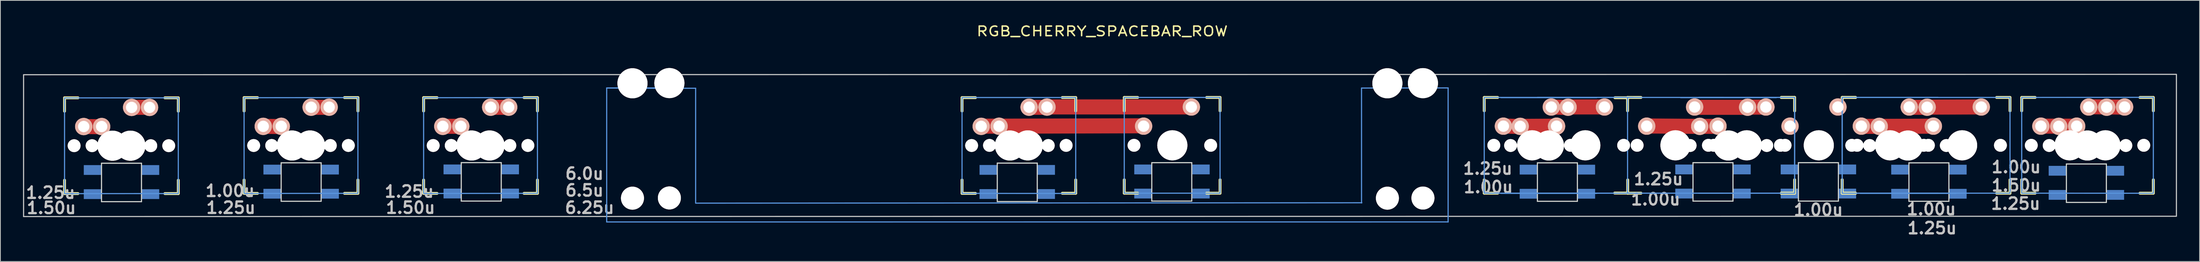
<source format=kicad_pcb>
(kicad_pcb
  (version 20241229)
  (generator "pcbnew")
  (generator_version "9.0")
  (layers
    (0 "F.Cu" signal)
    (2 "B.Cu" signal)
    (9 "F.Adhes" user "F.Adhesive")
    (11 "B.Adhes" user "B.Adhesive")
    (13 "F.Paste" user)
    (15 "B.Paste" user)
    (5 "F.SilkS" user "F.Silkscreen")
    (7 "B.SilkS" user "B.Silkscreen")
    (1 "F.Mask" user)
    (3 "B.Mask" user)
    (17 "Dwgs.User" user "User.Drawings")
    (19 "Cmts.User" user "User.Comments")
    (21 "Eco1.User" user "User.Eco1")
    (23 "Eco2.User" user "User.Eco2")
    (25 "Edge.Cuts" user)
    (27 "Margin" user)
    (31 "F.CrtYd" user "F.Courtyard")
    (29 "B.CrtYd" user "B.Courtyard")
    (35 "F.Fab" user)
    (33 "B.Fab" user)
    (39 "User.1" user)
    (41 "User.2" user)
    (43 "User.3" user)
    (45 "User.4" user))
  (footprint "RGB_CHERRY_SPACEBAR_ROW"
    (layer "F.Cu")
    (at 142.402 16.135)
    (property "Reference" "RGB_CHERRY_SPACEBAR_ROW" (at 0.655 -15.035 0) (layer "F.SilkS") (effects (font (size 1.27 1.524) (thickness 0.203))))
    (attr through_hole)
    (fp_line (start -134.375 -2.4) (end -131.975 -2.375) (stroke (width 2) (type solid)) (layer "F.Cu"))
    (fp_line (start -128.025 -4.95) (end -125.6 -4.95) (stroke (width 2) (type solid)) (layer "F.Cu"))
    (fp_line (start -110.55 -2.425) (end -108.175 -2.4) (stroke (width 2) (type solid)) (layer "F.Cu"))
    (fp_line (start -104.25 -4.95) (end -101.825 -4.95) (stroke (width 2) (type solid)) (layer "F.Cu"))
    (fp_line (start -86.79 -2.43) (end -84.365 -2.43) (stroke (width 2) (type solid)) (layer "F.Cu"))
    (fp_line (start -80.4 -4.95) (end -77.975 -4.95) (stroke (width 2) (type solid)) (layer "F.Cu"))
    (fp_line (start -15.375 -2.45) (end -12.95 -2.45) (stroke (width 2) (type solid)) (layer "F.Cu"))
    (fp_line (start -12.975 -2.45) (end 6.175 -2.5) (stroke (width 2) (type solid)) (layer "F.Cu"))
    (fp_line (start -9.05 -4.95) (end -6.625 -4.95) (stroke (width 2) (type solid)) (layer "F.Cu"))
    (fp_line (start -6.675 -5) (end 12.5 -5) (stroke (width 2) (type solid)) (layer "F.Cu"))
    (fp_line (start 53.85 -2.475) (end 56.075 -2.4) (stroke (width 2) (type solid)) (layer "F.Cu"))
    (fp_line (start 56.075 -2.425) (end 60.875 -2.45) (stroke (width 2) (type solid)) (layer "F.Cu"))
    (fp_line (start 60.175 -5) (end 62.4 -4.925) (stroke (width 2) (type solid)) (layer "F.Cu"))
    (fp_line (start 62.425 -5) (end 67.225 -5) (stroke (width 2) (type solid)) (layer "F.Cu"))
    (fp_line (start 72.775 -2.475) (end 79.875 -2.425) (stroke (width 2) (type solid)) (layer "F.Cu"))
    (fp_line (start 79.175 -4.95) (end 86.2 -4.95) (stroke (width 2) (type solid)) (layer "F.Cu"))
    (fp_line (start 79.87 -2.425) (end 82.3 -2.425) (stroke (width 2) (type solid)) (layer "F.Cu"))
    (fp_line (start 86.195 -4.975) (end 88.625 -4.975) (stroke (width 2) (type solid)) (layer "F.Cu"))
    (fp_line (start 101.275 -2.425) (end 103.705 -2.425) (stroke (width 2) (type solid)) (layer "F.Cu"))
    (fp_line (start 103.675 -2.425) (end 110.85 -2.45) (stroke (width 2) (type solid)) (layer "F.Cu"))
    (fp_line (start 107.62 -4.95) (end 110.05 -4.95) (stroke (width 2) (type solid)) (layer "F.Cu"))
    (fp_line (start 110 -4.975) (end 117.175 -5) (stroke (width 2) (type solid)) (layer "F.Cu"))
    (fp_line (start 125.075 -2.45) (end 129.875 -2.45) (stroke (width 2) (type solid)) (layer "F.Cu"))
    (fp_line (start 131.45 -5.025) (end 136.225 -4.975) (stroke (width 2) (type solid)) (layer "F.Cu"))
    (fp_line (start -136.895 -6.21) (end -135.117 -6.21) (stroke (width 0.381) (type solid)) (layer "F.SilkS"))
    (fp_line (start -136.895 -4.432) (end -136.895 -6.21) (stroke (width 0.381) (type solid)) (layer "F.SilkS"))
    (fp_line (start -136.895 6.49) (end -136.895 4.712) (stroke (width 0.381) (type solid)) (layer "F.SilkS"))
    (fp_line (start -135.117 6.49) (end -136.895 6.49) (stroke (width 0.381) (type solid)) (layer "F.SilkS"))
    (fp_line (start -123.593 -6.21) (end -121.815 -6.21) (stroke (width 0.381) (type solid)) (layer "F.SilkS"))
    (fp_line (start -121.815 -6.21) (end -121.815 -4.432) (stroke (width 0.381) (type solid)) (layer "F.SilkS"))
    (fp_line (start -121.815 4.712) (end -121.815 6.49) (stroke (width 0.381) (type solid)) (layer "F.SilkS"))
    (fp_line (start -121.815 6.49) (end -123.593 6.49) (stroke (width 0.381) (type solid)) (layer "F.SilkS"))
    (fp_line (start -113.095 -6.235) (end -111.317 -6.235) (stroke (width 0.381) (type solid)) (layer "F.SilkS"))
    (fp_line (start -113.095 -4.457) (end -113.095 -6.235) (stroke (width 0.381) (type solid)) (layer "F.SilkS"))
    (fp_line (start -113.095 6.465) (end -113.095 4.687) (stroke (width 0.381) (type solid)) (layer "F.SilkS"))
    (fp_line (start -111.317 6.465) (end -113.095 6.465) (stroke (width 0.381) (type solid)) (layer "F.SilkS"))
    (fp_line (start -99.783 -6.24) (end -98.005 -6.24) (stroke (width 0.381) (type solid)) (layer "F.SilkS"))
    (fp_line (start -98.005 -6.24) (end -98.005 -4.462) (stroke (width 0.381) (type solid)) (layer "F.SilkS"))
    (fp_line (start -98.005 4.682) (end -98.005 6.46) (stroke (width 0.381) (type solid)) (layer "F.SilkS"))
    (fp_line (start -98.005 6.46) (end -99.783 6.46) (stroke (width 0.381) (type solid)) (layer "F.SilkS"))
    (fp_line (start -89.295 -6.235) (end -87.517 -6.235) (stroke (width 0.381) (type solid)) (layer "F.SilkS"))
    (fp_line (start -89.295 -4.457) (end -89.295 -6.235) (stroke (width 0.381) (type solid)) (layer "F.SilkS"))
    (fp_line (start -89.295 6.465) (end -89.295 4.687) (stroke (width 0.381) (type solid)) (layer "F.SilkS"))
    (fp_line (start -87.517 6.465) (end -89.295 6.465) (stroke (width 0.381) (type solid)) (layer "F.SilkS"))
    (fp_line (start -75.983 -6.24) (end -74.205 -6.24) (stroke (width 0.381) (type solid)) (layer "F.SilkS"))
    (fp_line (start -74.205 -6.24) (end -74.205 -4.462) (stroke (width 0.381) (type solid)) (layer "F.SilkS"))
    (fp_line (start -74.205 4.682) (end -74.205 6.46) (stroke (width 0.381) (type solid)) (layer "F.SilkS"))
    (fp_line (start -74.205 6.46) (end -75.983 6.46) (stroke (width 0.381) (type solid)) (layer "F.SilkS"))
    (fp_line (start -17.92 -6.235) (end -16.142 -6.235) (stroke (width 0.381) (type solid)) (layer "F.SilkS"))
    (fp_line (start -17.92 -4.457) (end -17.92 -6.235) (stroke (width 0.381) (type solid)) (layer "F.SilkS"))
    (fp_line (start -17.92 6.465) (end -17.92 4.687) (stroke (width 0.381) (type solid)) (layer "F.SilkS"))
    (fp_line (start -16.142 6.465) (end -17.92 6.465) (stroke (width 0.381) (type solid)) (layer "F.SilkS"))
    (fp_line (start -4.628 -6.25) (end -2.85 -6.25) (stroke (width 0.381) (type solid)) (layer "F.SilkS"))
    (fp_line (start -2.85 -6.25) (end -2.85 -4.472) (stroke (width 0.381) (type solid)) (layer "F.SilkS"))
    (fp_line (start -2.85 4.672) (end -2.85 6.45) (stroke (width 0.381) (type solid)) (layer "F.SilkS"))
    (fp_line (start -2.85 6.45) (end -4.628 6.45) (stroke (width 0.381) (type solid)) (layer "F.SilkS"))
    (fp_line (start 3.585 -6.26) (end 5.363 -6.26) (stroke (width 0.381) (type solid)) (layer "F.SilkS"))
    (fp_line (start 3.585 -4.482) (end 3.585 -6.26) (stroke (width 0.381) (type solid)) (layer "F.SilkS"))
    (fp_line (start 3.585 6.44) (end 3.585 4.662) (stroke (width 0.381) (type solid)) (layer "F.SilkS"))
    (fp_line (start 5.363 6.44) (end 3.585 6.44) (stroke (width 0.381) (type solid)) (layer "F.SilkS"))
    (fp_line (start 14.507 -6.26) (end 16.285 -6.26) (stroke (width 0.381) (type solid)) (layer "F.SilkS"))
    (fp_line (start 16.285 -6.26) (end 16.285 -4.482) (stroke (width 0.381) (type solid)) (layer "F.SilkS"))
    (fp_line (start 16.285 4.662) (end 16.285 6.44) (stroke (width 0.381) (type solid)) (layer "F.SilkS"))
    (fp_line (start 16.285 6.44) (end 14.507 6.44) (stroke (width 0.381) (type solid)) (layer "F.SilkS"))
    (fp_line (start 51.305 -6.26) (end 53.083 -6.26) (stroke (width 0.381) (type solid)) (layer "F.SilkS"))
    (fp_line (start 51.305 -4.482) (end 51.305 -6.26) (stroke (width 0.381) (type solid)) (layer "F.SilkS"))
    (fp_line (start 51.305 6.44) (end 51.305 4.662) (stroke (width 0.381) (type solid)) (layer "F.SilkS"))
    (fp_line (start 53.083 6.44) (end 51.305 6.44) (stroke (width 0.381) (type solid)) (layer "F.SilkS"))
    (fp_line (start 68.625 -6.225) (end 70.403 -6.225) (stroke (width 0.381) (type solid)) (layer "F.SilkS"))
    (fp_line (start 70.305 -6.26) (end 72.083 -6.26) (stroke (width 0.381) (type solid)) (layer "F.SilkS"))
    (fp_line (start 70.305 -4.482) (end 70.305 -6.26) (stroke (width 0.381) (type solid)) (layer "F.SilkS"))
    (fp_line (start 70.325 6.45) (end 70.325 4.672) (stroke (width 0.381) (type solid)) (layer "F.SilkS"))
    (fp_line (start 70.375 6.425) (end 68.597 6.425) (stroke (width 0.381) (type solid)) (layer "F.SilkS"))
    (fp_line (start 72.083 6.44) (end 70.305 6.44) (stroke (width 0.381) (type solid)) (layer "F.SilkS"))
    (fp_line (start 90.677 -6.26) (end 92.455 -6.26) (stroke (width 0.381) (type solid)) (layer "F.SilkS"))
    (fp_line (start 90.677 -6.26) (end 92.455 -6.26) (stroke (width 0.381) (type solid)) (layer "F.SilkS"))
    (fp_line (start 92.455 -6.26) (end 92.455 -4.482) (stroke (width 0.381) (type solid)) (layer "F.SilkS"))
    (fp_line (start 92.455 -6.26) (end 92.455 -4.482) (stroke (width 0.381) (type solid)) (layer "F.SilkS"))
    (fp_line (start 92.455 4.662) (end 92.455 6.44) (stroke (width 0.381) (type solid)) (layer "F.SilkS"))
    (fp_line (start 92.455 4.662) (end 92.455 6.44) (stroke (width 0.381) (type solid)) (layer "F.SilkS"))
    (fp_line (start 92.455 6.44) (end 90.677 6.44) (stroke (width 0.381) (type solid)) (layer "F.SilkS"))
    (fp_line (start 92.455 6.44) (end 90.677 6.44) (stroke (width 0.381) (type solid)) (layer "F.SilkS"))
    (fp_line (start 98.755 -6.26) (end 100.533 -6.26) (stroke (width 0.381) (type solid)) (layer "F.SilkS"))
    (fp_line (start 98.755 -6.26) (end 100.533 -6.26) (stroke (width 0.381) (type solid)) (layer "F.SilkS"))
    (fp_line (start 98.755 -4.482) (end 98.755 -6.26) (stroke (width 0.381) (type solid)) (layer "F.SilkS"))
    (fp_line (start 98.755 -4.482) (end 98.755 -6.26) (stroke (width 0.381) (type solid)) (layer "F.SilkS"))
    (fp_line (start 98.755 6.44) (end 98.755 4.662) (stroke (width 0.381) (type solid)) (layer "F.SilkS"))
    (fp_line (start 98.755 6.44) (end 98.755 4.662) (stroke (width 0.381) (type solid)) (layer "F.SilkS"))
    (fp_line (start 100.533 6.44) (end 98.755 6.44) (stroke (width 0.381) (type solid)) (layer "F.SilkS"))
    (fp_line (start 100.533 6.44) (end 98.755 6.44) (stroke (width 0.381) (type solid)) (layer "F.SilkS"))
    (fp_line (start 119.227 -6.26) (end 121.005 -6.26) (stroke (width 0.381) (type solid)) (layer "F.SilkS"))
    (fp_line (start 121.005 -6.26) (end 121.005 -4.482) (stroke (width 0.381) (type solid)) (layer "F.SilkS"))
    (fp_line (start 121.005 4.662) (end 121.005 6.44) (stroke (width 0.381) (type solid)) (layer "F.SilkS"))
    (fp_line (start 121.005 6.44) (end 119.227 6.44) (stroke (width 0.381) (type solid)) (layer "F.SilkS"))
    (fp_line (start 122.555 -6.26) (end 124.333 -6.26) (stroke (width 0.381) (type solid)) (layer "F.SilkS"))
    (fp_line (start 122.555 -4.482) (end 122.555 -6.26) (stroke (width 0.381) (type solid)) (layer "F.SilkS"))
    (fp_line (start 122.555 6.44) (end 122.555 4.662) (stroke (width 0.381) (type solid)) (layer "F.SilkS"))
    (fp_line (start 124.333 6.44) (end 122.555 6.44) (stroke (width 0.381) (type solid)) (layer "F.SilkS"))
    (fp_line (start 138.227 -6.26) (end 140.005 -6.26) (stroke (width 0.381) (type solid)) (layer "F.SilkS"))
    (fp_line (start 140.005 -6.26) (end 140.005 -4.482) (stroke (width 0.381) (type solid)) (layer "F.SilkS"))
    (fp_line (start 140.005 4.662) (end 140.005 6.44) (stroke (width 0.381) (type solid)) (layer "F.SilkS"))
    (fp_line (start 140.005 6.44) (end 138.227 6.44) (stroke (width 0.381) (type solid)) (layer "F.SilkS"))
    (fp_line (start -142.326 9.538) (end -142.326 -9.258) (stroke (width 0.152) (type solid)) (layer "Dwgs.User"))
    (fp_line (start -142.325 -9.275) (end 143.05 -9.325) (stroke (width 0.152) (type solid)) (layer "Dwgs.User"))
    (fp_line (start 143.05 9.5) (end -142.326 9.538) (stroke (width 0.152) (type solid)) (layer "Dwgs.User"))
    (fp_line (start 143.065 -9.308) (end 143.065 9.488) (stroke (width 0.152) (type solid)) (layer "Dwgs.User"))
    (fp_line (start -136.895 6.49) (end -136.895 -6.21) (stroke (width 0.152) (type solid)) (layer "Cmts.User"))
    (fp_line (start -136.875 -6.2) (end -121.815 -6.21) (stroke (width 0.152) (type solid)) (layer "Cmts.User"))
    (fp_line (start -121.815 -6.21) (end -121.815 6.49) (stroke (width 0.152) (type solid)) (layer "Cmts.User"))
    (fp_line (start -121.815 6.49) (end -136.9 6.5) (stroke (width 0.152) (type solid)) (layer "Cmts.User"))
    (fp_line (start -113.1 -6.225) (end -98.005 -6.24) (stroke (width 0.152) (type solid)) (layer "Cmts.User"))
    (fp_line (start -113.095 6.465) (end -113.095 -6.235) (stroke (width 0.152) (type solid)) (layer "Cmts.User"))
    (fp_line (start -98.005 -6.24) (end -98.005 6.46) (stroke (width 0.152) (type solid)) (layer "Cmts.User"))
    (fp_line (start -98.005 6.46) (end -113.075 6.475) (stroke (width 0.152) (type solid)) (layer "Cmts.User"))
    (fp_line (start -89.3 -6.225) (end -74.205 -6.24) (stroke (width 0.152) (type solid)) (layer "Cmts.User"))
    (fp_line (start -89.295 6.465) (end -89.295 -6.235) (stroke (width 0.152) (type solid)) (layer "Cmts.User"))
    (fp_line (start -74.205 -6.24) (end -74.205 6.46) (stroke (width 0.152) (type solid)) (layer "Cmts.User"))
    (fp_line (start -74.205 6.46) (end -89.275 6.475) (stroke (width 0.152) (type solid)) (layer "Cmts.User"))
    (fp_line (start -65.025 -7.525) (end -65.025 10.255) (stroke (width 0.152) (type solid)) (layer "Cmts.User"))
    (fp_line (start -65.025 10.255) (end 46.525 10.25) (stroke (width 0.152) (type solid)) (layer "Cmts.User"))
    (fp_line (start -58.179 -7.505) (end -65.037 -7.505) (stroke (width 0.152) (type solid)) (layer "Cmts.User"))
    (fp_line (start -58.059 -7.52) (end -64.917 -7.52) (stroke (width 0.152) (type solid)) (layer "Cmts.User"))
    (fp_line (start -53.235 -7.479) (end -60.093 -7.479) (stroke (width 0.152) (type solid)) (layer "Cmts.User"))
    (fp_line (start -53.235 7.761) (end -53.235 -7.479) (stroke (width 0.152) (type solid)) (layer "Cmts.User"))
    (fp_line (start -17.925 -6.25) (end -2.85 -6.25) (stroke (width 0.152) (type solid)) (layer "Cmts.User"))
    (fp_line (start -17.92 6.465) (end -17.92 -6.235) (stroke (width 0.152) (type solid)) (layer "Cmts.User"))
    (fp_line (start -2.85 -6.25) (end -2.85 6.45) (stroke (width 0.152) (type solid)) (layer "Cmts.User"))
    (fp_line (start -2.85 6.475) (end -17.92 6.465) (stroke (width 0.152) (type solid)) (layer "Cmts.User"))
    (fp_line (start 3.585 -6.26) (end 16.285 -6.26) (stroke (width 0.152) (type solid)) (layer "Cmts.User"))
    (fp_line (start 3.585 6.44) (end 3.585 -6.26) (stroke (width 0.152) (type solid)) (layer "Cmts.User"))
    (fp_line (start 16.285 -6.26) (end 16.285 6.44) (stroke (width 0.152) (type solid)) (layer "Cmts.User"))
    (fp_line (start 16.285 6.44) (end 3.585 6.44) (stroke (width 0.152) (type solid)) (layer "Cmts.User"))
    (fp_line (start 35.039 -7.505) (end 35.039 7.735) (stroke (width 0.152) (type solid)) (layer "Cmts.User"))
    (fp_line (start 35.081 7.71) (end -53.21 7.761) (stroke (width 0.152) (type solid)) (layer "Cmts.User"))
    (fp_line (start 46.517 10.26) (end 46.517 -7.52) (stroke (width 0.152) (type solid)) (layer "Cmts.User"))
    (fp_line (start 46.525 -7.525) (end 35.039 -7.505) (stroke (width 0.152) (type solid)) (layer "Cmts.User"))
    (fp_line (start 51.305 -6.26) (end 64.005 -6.26) (stroke (width 0.152) (type solid)) (layer "Cmts.User"))
    (fp_line (start 51.305 6.44) (end 51.305 -6.26) (stroke (width 0.152) (type solid)) (layer "Cmts.User"))
    (fp_line (start 53.53 -6.235) (end 66.23 -6.235) (stroke (width 0.152) (type solid)) (layer "Cmts.User"))
    (fp_line (start 58.355 -6.26) (end 71.055 -6.26) (stroke (width 0.152) (type solid)) (layer "Cmts.User"))
    (fp_line (start 58.355 -6.26) (end 71.055 -6.26) (stroke (width 0.152) (type solid)) (layer "Cmts.User"))
    (fp_line (start 64.005 6.44) (end 51.305 6.44) (stroke (width 0.152) (type solid)) (layer "Cmts.User"))
    (fp_line (start 66.23 6.465) (end 53.53 6.465) (stroke (width 0.152) (type solid)) (layer "Cmts.User"))
    (fp_line (start 70.305 -6.26) (end 83.005 -6.26) (stroke (width 0.152) (type solid)) (layer "Cmts.User"))
    (fp_line (start 70.305 6.44) (end 70.305 -6.26) (stroke (width 0.152) (type solid)) (layer "Cmts.User"))
    (fp_line (start 71.055 6.44) (end 58.355 6.44) (stroke (width 0.152) (type solid)) (layer "Cmts.User"))
    (fp_line (start 71.055 6.44) (end 58.355 6.44) (stroke (width 0.152) (type solid)) (layer "Cmts.User"))
    (fp_line (start 77.33 -6.235) (end 90.03 -6.235) (stroke (width 0.152) (type solid)) (layer "Cmts.User"))
    (fp_line (start 79.755 -6.26) (end 92.455 -6.26) (stroke (width 0.152) (type solid)) (layer "Cmts.User"))
    (fp_line (start 79.755 -6.26) (end 92.455 -6.26) (stroke (width 0.152) (type solid)) (layer "Cmts.User"))
    (fp_line (start 83.005 6.44) (end 70.305 6.44) (stroke (width 0.152) (type solid)) (layer "Cmts.User"))
    (fp_line (start 92.455 -6.26) (end 92.455 6.44) (stroke (width 0.152) (type solid)) (layer "Cmts.User"))
    (fp_line (start 92.455 -6.26) (end 92.455 6.44) (stroke (width 0.152) (type solid)) (layer "Cmts.User"))
    (fp_line (start 92.455 6.44) (end 79.755 6.44) (stroke (width 0.152) (type solid)) (layer "Cmts.User"))
    (fp_line (start 92.455 6.44) (end 79.755 6.44) (stroke (width 0.152) (type solid)) (layer "Cmts.User"))
    (fp_line (start 98.755 -6.26) (end 111.455 -6.26) (stroke (width 0.152) (type solid)) (layer "Cmts.User"))
    (fp_line (start 98.755 -6.26) (end 111.455 -6.26) (stroke (width 0.152) (type solid)) (layer "Cmts.User"))
    (fp_line (start 98.755 6.44) (end 98.755 -6.26) (stroke (width 0.152) (type solid)) (layer "Cmts.User"))
    (fp_line (start 98.755 6.44) (end 98.755 -6.26) (stroke (width 0.152) (type solid)) (layer "Cmts.User"))
    (fp_line (start 108.305 -6.26) (end 121.005 -6.26) (stroke (width 0.152) (type solid)) (layer "Cmts.User"))
    (fp_line (start 111.455 6.44) (end 98.755 6.44) (stroke (width 0.152) (type solid)) (layer "Cmts.User"))
    (fp_line (start 111.455 6.44) (end 98.755 6.44) (stroke (width 0.152) (type solid)) (layer "Cmts.User"))
    (fp_line (start 113.83 6.465) (end 101.13 6.465) (stroke (width 0.152) (type solid)) (layer "Cmts.User"))
    (fp_line (start 121.005 -6.26) (end 121.005 6.44) (stroke (width 0.152) (type solid)) (layer "Cmts.User"))
    (fp_line (start 121.005 6.44) (end 108.305 6.44) (stroke (width 0.152) (type solid)) (layer "Cmts.User"))
    (fp_line (start 122.555 -6.26) (end 140 -6.275) (stroke (width 0.152) (type solid)) (layer "Cmts.User"))
    (fp_line (start 122.555 6.44) (end 122.555 -6.26) (stroke (width 0.152) (type solid)) (layer "Cmts.User"))
    (fp_line (start 140 6.45) (end 122.555 6.44) (stroke (width 0.152) (type solid)) (layer "Cmts.User"))
    (fp_line (start 140.005 -6.26) (end 140.005 6.44) (stroke (width 0.152) (type solid)) (layer "Cmts.User"))
    (fp_line (start -137.53 -6.845) (end -123.56 -6.845) (stroke (width 0.152) (type solid)) (layer "Eco2.User"))
    (fp_line (start -137.53 7.125) (end -137.53 -6.845) (stroke (width 0.152) (type solid)) (layer "Eco2.User"))
    (fp_line (start -135.15 -6.845) (end -121.18 -6.845) (stroke (width 0.152) (type solid)) (layer "Eco2.User"))
    (fp_line (start -123.56 7.125) (end -137.53 7.125) (stroke (width 0.152) (type solid)) (layer "Eco2.User"))
    (fp_line (start -121.18 -6.845) (end -121.18 7.125) (stroke (width 0.152) (type solid)) (layer "Eco2.User"))
    (fp_line (start -121.18 7.125) (end -135.15 7.125) (stroke (width 0.152) (type solid)) (layer "Eco2.User"))
    (fp_line (start -113.73 7.1) (end -113.73 -6.87) (stroke (width 0.152) (type solid)) (layer "Eco2.User"))
    (fp_line (start -113.725 -6.875) (end -97.37 -6.875) (stroke (width 0.152) (type solid)) (layer "Eco2.User"))
    (fp_line (start -97.37 -6.875) (end -97.37 7.095) (stroke (width 0.152) (type solid)) (layer "Eco2.User"))
    (fp_line (start -97.37 7.095) (end -113.725 7.1) (stroke (width 0.152) (type solid)) (layer "Eco2.User"))
    (fp_line (start -89.93 7.1) (end -89.93 -6.87) (stroke (width 0.152) (type solid)) (layer "Eco2.User"))
    (fp_line (start -89.925 -6.875) (end -73.57 -6.875) (stroke (width 0.152) (type solid)) (layer "Eco2.User"))
    (fp_line (start -73.57 -6.875) (end -73.57 7.095) (stroke (width 0.152) (type solid)) (layer "Eco2.User"))
    (fp_line (start -73.57 7.095) (end -89.925 7.1) (stroke (width 0.152) (type solid)) (layer "Eco2.User"))
    (fp_line (start -65.799 -2.171) (end -64.935 -2.171) (stroke (width 0.152) (type solid)) (layer "Eco2.User"))
    (fp_line (start -65.799 0.623) (end -65.799 -2.171) (stroke (width 0.152) (type solid)) (layer "Eco2.User"))
    (fp_line (start -64.935 -5.575) (end -53.35 -5.55) (stroke (width 0.152) (type solid)) (layer "Eco2.User"))
    (fp_line (start -64.935 -2.171) (end -64.935 -5.575) (stroke (width 0.152) (type solid)) (layer "Eco2.User"))
    (fp_line (start -64.935 0.623) (end -65.799 0.623) (stroke (width 0.152) (type solid)) (layer "Eco2.User"))
    (fp_line (start -64.935 6.719) (end -64.935 0.623) (stroke (width 0.152) (type solid)) (layer "Eco2.User"))
    (fp_line (start -63.894 6.719) (end -64.935 6.719) (stroke (width 0.152) (type solid)) (layer "Eco2.User"))
    (fp_line (start -63.894 7.887) (end -63.894 6.719) (stroke (width 0.152) (type solid)) (layer "Eco2.User"))
    (fp_line (start -54.378 6.745) (end -54.378 7.913) (stroke (width 0.152) (type solid)) (layer "Eco2.User"))
    (fp_line (start -54.375 7.875) (end -63.9 7.875) (stroke (width 0.152) (type solid)) (layer "Eco2.User"))
    (fp_line (start -53.35 -2.15) (end -18.55 -2.175) (stroke (width 0.152) (type solid)) (layer "Eco2.User"))
    (fp_line (start -53.337 -5.549) (end -53.337 -2.145) (stroke (width 0.152) (type solid)) (layer "Eco2.User"))
    (fp_line (start -53.337 2.427) (end -53.337 6.745) (stroke (width 0.152) (type solid)) (layer "Eco2.User"))
    (fp_line (start -53.337 6.745) (end -54.378 6.745) (stroke (width 0.152) (type solid)) (layer "Eco2.User"))
    (fp_line (start -18.555 -6.87) (end -2.225 -6.875) (stroke (width 0.152) (type solid)) (layer "Eco2.User"))
    (fp_line (start -18.555 -2.171) (end -18.555 -6.87) (stroke (width 0.152) (type solid)) (layer "Eco2.User"))
    (fp_line (start -16.185 7.085) (end -16.185 2.386) (stroke (width 0.152) (type solid)) (layer "Eco2.User"))
    (fp_line (start -16.175 2.4) (end -53.362 2.376) (stroke (width 0.152) (type solid)) (layer "Eco2.User"))
    (fp_line (start -2.225 7.1) (end -16.2 7.125) (stroke (width 0.152) (type solid)) (layer "Eco2.User"))
    (fp_line (start -2.215 -6.885) (end -2.215 -2.186) (stroke (width 0.152) (type solid)) (layer "Eco2.User"))
    (fp_line (start -2.215 2.386) (end -2.215 7.085) (stroke (width 0.152) (type solid)) (layer "Eco2.User"))
    (fp_line (start -2.2 -2.2) (end 2.95 -2.2) (stroke (width 0.152) (type solid)) (layer "Eco2.User"))
    (fp_line (start 2.95 -6.895) (end 16.92 -6.895) (stroke (width 0.152) (type solid)) (layer "Eco2.User"))
    (fp_line (start 2.95 -2.196) (end 2.95 -6.895) (stroke (width 0.152) (type solid)) (layer "Eco2.User"))
    (fp_line (start 2.95 2.375) (end -2.215 2.386) (stroke (width 0.152) (type solid)) (layer "Eco2.User"))
    (fp_line (start 2.95 7.075) (end 2.95 2.376) (stroke (width 0.152) (type solid)) (layer "Eco2.User"))
    (fp_line (start 16.92 -6.895) (end 16.92 -2.196) (stroke (width 0.152) (type solid)) (layer "Eco2.User"))
    (fp_line (start 16.92 2.376) (end 16.92 7.075) (stroke (width 0.152) (type solid)) (layer "Eco2.User"))
    (fp_line (start 16.92 7.075) (end 2.95 7.075) (stroke (width 0.152) (type solid)) (layer "Eco2.User"))
    (fp_line (start 16.935 -2.21) (end 35.233 -2.196) (stroke (width 0.152) (type solid)) (layer "Eco2.User"))
    (fp_line (start 35.141 -2.171) (end 35.141 -5.575) (stroke (width 0.152) (type solid)) (layer "Eco2.User"))
    (fp_line (start 35.141 6.719) (end 35.141 2.401) (stroke (width 0.152) (type solid)) (layer "Eco2.User"))
    (fp_line (start 35.182 2.376) (end 16.935 2.39) (stroke (width 0.152) (type solid)) (layer "Eco2.User"))
    (fp_line (start 35.208 -2.298) (end 35.208 -5.701) (stroke (width 0.152) (type solid)) (layer "Eco2.User"))
    (fp_line (start 35.22 -5.7) (end 46.425 -5.7) (stroke (width 0.152) (type solid)) (layer "Eco2.User"))
    (fp_line (start 36.182 6.719) (end 35.141 6.719) (stroke (width 0.152) (type solid)) (layer "Eco2.User"))
    (fp_line (start 36.182 7.887) (end 36.182 6.719) (stroke (width 0.152) (type solid)) (layer "Eco2.User"))
    (fp_line (start 40.754 7.887) (end 36.182 7.887) (stroke (width 0.152) (type solid)) (layer "Eco2.User"))
    (fp_line (start 45.374 6.704) (end 45.374 7.872) (stroke (width 0.152) (type solid)) (layer "Eco2.User"))
    (fp_line (start 45.374 7.872) (end 40.802 7.872) (stroke (width 0.152) (type solid)) (layer "Eco2.User"))
    (fp_line (start 46.415 -5.59) (end 46.415 -2.186) (stroke (width 0.152) (type solid)) (layer "Eco2.User"))
    (fp_line (start 46.415 -2.186) (end 47.279 -2.186) (stroke (width 0.152) (type solid)) (layer "Eco2.User"))
    (fp_line (start 46.415 0.608) (end 46.415 6.704) (stroke (width 0.152) (type solid)) (layer "Eco2.User"))
    (fp_line (start 46.415 6.704) (end 45.374 6.704) (stroke (width 0.152) (type solid)) (layer "Eco2.User"))
    (fp_line (start 47.279 -2.186) (end 47.279 0.608) (stroke (width 0.152) (type solid)) (layer "Eco2.User"))
    (fp_line (start 47.279 0.608) (end 46.415 0.608) (stroke (width 0.152) (type solid)) (layer "Eco2.User"))
    (fp_line (start 50.67 7.075) (end 50.67 -6.895) (stroke (width 0.152) (type solid)) (layer "Eco2.User"))
    (fp_line (start 50.675 -6.9) (end 140.625 -6.9) (stroke (width 0.152) (type solid)) (layer "Eco2.User"))
    (fp_line (start 140.625 7.075) (end 50.675 7.075) (stroke (width 0.152) (type solid)) (layer "Eco2.User"))
    (fp_line (start 140.64 -6.895) (end 140.64 7.075) (stroke (width 0.152) (type solid)) (layer "Eco2.User"))
    (fp_line (start -131.995 2.465) (end -131.995 7.565) (stroke (width 0.15) (type solid)) (layer "Edge.Cuts"))
    (fp_line (start -131.995 2.465) (end -126.695 2.465) (stroke (width 0.15) (type solid)) (layer "Edge.Cuts"))
    (fp_line (start -126.695 2.465) (end -126.695 7.565) (stroke (width 0.15) (type solid)) (layer "Edge.Cuts"))
    (fp_line (start -126.695 7.565) (end -131.995 7.565) (stroke (width 0.15) (type solid)) (layer "Edge.Cuts"))
    (fp_line (start -108.18 2.41) (end -108.18 7.51) (stroke (width 0.15) (type solid)) (layer "Edge.Cuts"))
    (fp_line (start -108.18 2.41) (end -102.88 2.41) (stroke (width 0.15) (type solid)) (layer "Edge.Cuts"))
    (fp_line (start -102.88 2.41) (end -102.88 7.51) (stroke (width 0.15) (type solid)) (layer "Edge.Cuts"))
    (fp_line (start -102.88 7.51) (end -108.18 7.51) (stroke (width 0.15) (type solid)) (layer "Edge.Cuts"))
    (fp_line (start -84.305 2.385) (end -84.305 7.485) (stroke (width 0.15) (type solid)) (layer "Edge.Cuts"))
    (fp_line (start -84.305 2.385) (end -79.005 2.385) (stroke (width 0.15) (type solid)) (layer "Edge.Cuts"))
    (fp_line (start -79.005 2.385) (end -79.005 7.485) (stroke (width 0.15) (type solid)) (layer "Edge.Cuts"))
    (fp_line (start -79.005 7.485) (end -84.305 7.485) (stroke (width 0.15) (type solid)) (layer "Edge.Cuts"))
    (fp_line (start -13.25 2.45) (end -13.25 7.55) (stroke (width 0.15) (type solid)) (layer "Edge.Cuts"))
    (fp_line (start -13.25 2.45) (end -7.95 2.45) (stroke (width 0.15) (type solid)) (layer "Edge.Cuts"))
    (fp_line (start -7.95 2.45) (end -7.95 7.55) (stroke (width 0.15) (type solid)) (layer "Edge.Cuts"))
    (fp_line (start -7.95 7.55) (end -13.25 7.55) (stroke (width 0.15) (type solid)) (layer "Edge.Cuts"))
    (fp_line (start 7.235 2.39) (end 7.235 7.49) (stroke (width 0.15) (type solid)) (layer "Edge.Cuts"))
    (fp_line (start 7.235 2.39) (end 12.535 2.39) (stroke (width 0.15) (type solid)) (layer "Edge.Cuts"))
    (fp_line (start 12.535 2.39) (end 12.535 7.49) (stroke (width 0.15) (type solid)) (layer "Edge.Cuts"))
    (fp_line (start 12.535 7.49) (end 7.235 7.49) (stroke (width 0.15) (type solid)) (layer "Edge.Cuts"))
    (fp_line (start 58.355 2.415) (end 58.355 7.515) (stroke (width 0.15) (type solid)) (layer "Edge.Cuts"))
    (fp_line (start 58.355 2.415) (end 63.655 2.415) (stroke (width 0.15) (type solid)) (layer "Edge.Cuts"))
    (fp_line (start 63.655 2.415) (end 63.655 7.515) (stroke (width 0.15) (type solid)) (layer "Edge.Cuts"))
    (fp_line (start 63.655 7.515) (end 58.355 7.515) (stroke (width 0.15) (type solid)) (layer "Edge.Cuts"))
    (fp_line (start 78.98 2.39) (end 78.98 7.49) (stroke (width 0.15) (type solid)) (layer "Edge.Cuts"))
    (fp_line (start 78.98 2.39) (end 84.28 2.39) (stroke (width 0.15) (type solid)) (layer "Edge.Cuts"))
    (fp_line (start 84.28 2.39) (end 84.28 7.49) (stroke (width 0.15) (type solid)) (layer "Edge.Cuts"))
    (fp_line (start 84.28 7.49) (end 78.98 7.49) (stroke (width 0.15) (type solid)) (layer "Edge.Cuts"))
    (fp_line (start 92.955 2.39) (end 92.955 7.49) (stroke (width 0.15) (type solid)) (layer "Edge.Cuts"))
    (fp_line (start 92.955 2.39) (end 98.255 2.39) (stroke (width 0.15) (type solid)) (layer "Edge.Cuts"))
    (fp_line (start 98.255 2.39) (end 98.255 7.49) (stroke (width 0.15) (type solid)) (layer "Edge.Cuts"))
    (fp_line (start 98.255 7.49) (end 92.955 7.49) (stroke (width 0.15) (type solid)) (layer "Edge.Cuts"))
    (fp_line (start 107.605 2.415) (end 107.605 7.515) (stroke (width 0.15) (type solid)) (layer "Edge.Cuts"))
    (fp_line (start 107.605 2.415) (end 112.905 2.415) (stroke (width 0.15) (type solid)) (layer "Edge.Cuts"))
    (fp_line (start 112.905 2.415) (end 112.905 7.515) (stroke (width 0.15) (type solid)) (layer "Edge.Cuts"))
    (fp_line (start 112.905 7.515) (end 107.605 7.515) (stroke (width 0.15) (type solid)) (layer "Edge.Cuts"))
    (fp_line (start 128.48 2.565) (end 128.48 7.665) (stroke (width 0.15) (type solid)) (layer "Edge.Cuts"))
    (fp_line (start 128.48 2.565) (end 133.78 2.565) (stroke (width 0.15) (type solid)) (layer "Edge.Cuts"))
    (fp_line (start 133.78 2.565) (end 133.78 7.665) (stroke (width 0.15) (type solid)) (layer "Edge.Cuts"))
    (fp_line (start 133.78 7.665) (end 128.48 7.665) (stroke (width 0.15) (type solid)) (layer "Edge.Cuts"))
    (fp_text user "1.25u" (at 51.775 3.175 0) (layer "Dwgs.User") (effects (font (size 1.524 1.524) (thickness 0.305))))
    (fp_text user "1.00u" (at -114.95 6.125 0) (layer "Dwgs.User") (effects (font (size 1.524 1.524) (thickness 0.305))))
    (fp_text user "1.25u" (at 74.4 4.575 0) (layer "Dwgs.User") (effects (font (size 1.524 1.524) (thickness 0.305))))
    (fp_text user "1.00u" (at 74.025 7.25 0) (layer "Dwgs.User") (effects (font (size 1.524 1.524) (thickness 0.305))))
    (fp_text user "1.25u" (at 110.675 11.075 0) (layer "Dwgs.User") (effects (font (size 1.524 1.524) (thickness 0.305))))
    (fp_text user "1.00u" (at 95.6 8.65 0) (layer "Dwgs.User") (effects (font (size 1.524 1.524) (thickness 0.305))))
    (fp_text user "1.00u" (at 121.825 2.975 0) (layer "Dwgs.User") (effects (font (size 1.524 1.524) (thickness 0.305))))
    (fp_text user "1.25u" (at -138.75 6.375 0) (layer "Dwgs.User") (effects (font (size 1.524 1.524) (thickness 0.305))))
    (fp_text user "6.0u" (at -67.975 3.85 0) (layer "Dwgs.User") (effects (font (size 1.524 1.524) (thickness 0.305))))
    (fp_text user "6.25u" (at -67.293 8.37 0) (layer "Dwgs.User") (effects (font (size 1.524 1.524) (thickness 0.305))))
    (fp_text user "1.00u" (at 110.575 8.55 0) (layer "Dwgs.User") (effects (font (size 1.524 1.524) (thickness 0.305))))
    (fp_text user "6.5u" (at -67.975 6.075 0) (layer "Dwgs.User") (effects (font (size 1.524 1.524) (thickness 0.305))))
    (fp_text user "1.50u" (at -91.032 8.365 0) (layer "Dwgs.User") (effects (font (size 1.524 1.524) (thickness 0.305))))
    (fp_text user "1.25u" (at 121.75 7.825 0) (layer "Dwgs.User") (effects (font (size 1.524 1.524) (thickness 0.305))))
    (fp_text user "1.25u" (at -114.843 8.37 0) (layer "Dwgs.User") (effects (font (size 1.524 1.524) (thickness 0.305))))
    (fp_text user "1.50u" (at 121.825 5.4 0) (layer "Dwgs.User") (effects (font (size 1.524 1.524) (thickness 0.305))))
    (fp_text user "1.50u" (at -138.643 8.395 0) (layer "Dwgs.User") (effects (font (size 1.524 1.524) (thickness 0.305))))
    (fp_text user "1.25u" (at -91.2 6.225 0) (layer "Dwgs.User") (effects (font (size 1.524 1.524) (thickness 0.305))))
    (fp_text user "1.00u" (at 51.85 5.625 0) (layer "Dwgs.User") (effects (font (size 1.524 1.524) (thickness 0.305))))
    (pad "" np_thru_hole circle (at -135.625 0.14) (size 1.702 1.702) (drill 1.702) (layers "*.Cu" "*.SilkS" "*.Mask"))
    (pad "" np_thru_hole circle (at -133.245 0.14) (size 1.702 1.702) (drill 1.702) (layers "*.Cu" "*.SilkS" "*.Mask"))
    (pad "" np_thru_hole circle (at -130.545 0.14) (size 3.988 3.988) (drill 3.988) (layers "*.Cu" "*.SilkS" "*.Mask"))
    (pad "" np_thru_hole circle (at -128.165 0.14) (size 3.988 3.988) (drill 3.988) (layers "*.Cu" "*.SilkS" "*.Mask"))
    (pad "" np_thru_hole circle (at -125.465 0.14) (size 1.702 1.702) (drill 1.702) (layers "*.Cu" "*.SilkS" "*.Mask"))
    (pad "" np_thru_hole circle (at -123.085 0.14) (size 1.702 1.702) (drill 1.702) (layers "*.Cu" "*.SilkS" "*.Mask"))
    (pad "" np_thru_hole circle (at -111.825 0.115) (size 1.702 1.702) (drill 1.702) (layers "*.Cu" "*.SilkS" "*.Mask"))
    (pad "" np_thru_hole circle (at -109.435 0.11) (size 1.702 1.702) (drill 1.702) (layers "*.Cu" "*.SilkS" "*.Mask"))
    (pad "" np_thru_hole circle (at -106.745 0.115) (size 3.988 3.988) (drill 3.988) (layers "*.Cu" "*.SilkS" "*.Mask"))
    (pad "" np_thru_hole circle (at -104.355 0.11) (size 3.988 3.988) (drill 3.988) (layers "*.Cu" "*.SilkS" "*.Mask"))
    (pad "" np_thru_hole circle (at -101.665 0.115) (size 1.702 1.702) (drill 1.702) (layers "*.Cu" "*.SilkS" "*.Mask"))
    (pad "" np_thru_hole circle (at -99.275 0.11) (size 1.702 1.702) (drill 1.702) (layers "*.Cu" "*.SilkS" "*.Mask"))
    (pad "" np_thru_hole circle (at -88.025 0.115) (size 1.702 1.702) (drill 1.702) (layers "*.Cu" "*.SilkS" "*.Mask"))
    (pad "" np_thru_hole circle (at -85.635 0.11) (size 1.702 1.702) (drill 1.702) (layers "*.Cu" "*.SilkS" "*.Mask"))
    (pad "" np_thru_hole circle (at -82.945 0.115) (size 3.988 3.988) (drill 3.988) (layers "*.Cu" "*.SilkS" "*.Mask"))
    (pad "" np_thru_hole circle (at -80.555 0.11) (size 3.988 3.988) (drill 3.988) (layers "*.Cu" "*.SilkS" "*.Mask"))
    (pad "" np_thru_hole circle (at -77.865 0.115) (size 1.702 1.702) (drill 1.702) (layers "*.Cu" "*.SilkS" "*.Mask"))
    (pad "" np_thru_hole circle (at -75.475 0.11) (size 1.702 1.702) (drill 1.702) (layers "*.Cu" "*.SilkS" "*.Mask"))
    (pad "" np_thru_hole circle (at -61.608 -8.14) (size 3.988 3.988) (drill 3.988) (layers "*.Cu" "*.SilkS" "*.Mask"))
    (pad "" np_thru_hole circle (at -61.608 7.1) (size 3.048 3.048) (drill 3.048) (layers "*.Cu" "*.SilkS" "*.Mask"))
    (pad "" np_thru_hole circle (at -56.715 -8.165) (size 3.988 3.988) (drill 3.988) (layers "*.Cu" "*.SilkS" "*.Mask"))
    (pad "" np_thru_hole circle (at -56.715 7.07) (size 3.048 3.048) (drill 3.048) (layers "*.Cu" "*.SilkS" "*.Mask"))
    (pad "" np_thru_hole circle (at -16.65 0.115) (size 1.702 1.702) (drill 1.702) (layers "*.Cu" "*.SilkS" "*.Mask"))
    (pad "" np_thru_hole circle (at -14.28 0.1) (size 1.702 1.702) (drill 1.702) (layers "*.Cu" "*.SilkS" "*.Mask"))
    (pad "" np_thru_hole circle (at -11.57 0.115) (size 3.988 3.988) (drill 3.988) (layers "*.Cu" "*.SilkS" "*.Mask"))
    (pad "" np_thru_hole circle (at -9.2 0.1) (size 3.988 3.988) (drill 3.988) (layers "*.Cu" "*.SilkS" "*.Mask"))
    (pad "" np_thru_hole circle (at -6.49 0.115) (size 1.702 1.702) (drill 1.702) (layers "*.Cu" "*.SilkS" "*.Mask"))
    (pad "" np_thru_hole circle (at -4.12 0.1) (size 1.702 1.702) (drill 1.702) (layers "*.Cu" "*.SilkS" "*.Mask"))
    (pad "" np_thru_hole circle (at 4.88 0.09) (size 1.702 1.702) (drill 1.702) (layers "*.Cu" "*.SilkS" "*.Mask"))
    (pad "" np_thru_hole circle (at 9.96 0.09) (size 3.988 3.988) (drill 3.988) (layers "*.Cu" "*.SilkS" "*.Mask"))
    (pad "" np_thru_hole circle (at 15.04 0.09) (size 1.702 1.702) (drill 1.702) (layers "*.Cu" "*.SilkS" "*.Mask"))
    (pad "" np_thru_hole circle (at 38.468 -8.14) (size 3.988 3.988) (drill 3.988) (layers "*.Cu" "*.SilkS" "*.Mask"))
    (pad "" np_thru_hole circle (at 38.468 7.1) (size 3.048 3.048) (drill 3.048) (layers "*.Cu" "*.SilkS" "*.Mask"))
    (pad "" np_thru_hole circle (at 43.18 -8.155) (size 3.988 3.988) (drill 3.988) (layers "*.Cu" "*.SilkS" "*.Mask"))
    (pad "" np_thru_hole circle (at 43.18 7.085) (size 3.048 3.048) (drill 3.048) (layers "*.Cu" "*.SilkS" "*.Mask"))
    (pad "" np_thru_hole circle (at 52.575 0.09) (size 1.702 1.702) (drill 1.702) (layers "*.Cu" "*.SilkS" "*.Mask"))
    (pad "" np_thru_hole circle (at 54.8 0.115) (size 1.702 1.702) (drill 1.702) (layers "*.Cu" "*.SilkS" "*.Mask"))
    (pad "" np_thru_hole circle (at 57.655 0.09) (size 3.988 3.988) (drill 3.988) (layers "*.Cu" "*.SilkS" "*.Mask"))
    (pad "" np_thru_hole circle (at 59.88 0.115) (size 3.988 3.988) (drill 3.988) (layers "*.Cu" "*.SilkS" "*.Mask"))
    (pad "" np_thru_hole circle (at 62.735 0.09) (size 1.702 1.702) (drill 1.702) (layers "*.Cu" "*.SilkS" "*.Mask"))
    (pad "" np_thru_hole circle (at 64.705 0.09) (size 3.988 3.988) (drill 3.988) (layers "*.Cu" "*.SilkS" "*.Mask"))
    (pad "" np_thru_hole circle (at 69.785 0.09) (size 1.702 1.702) (drill 1.702) (layers "*.Cu" "*.SilkS" "*.Mask"))
    (pad "" np_thru_hole circle (at 71.575 0.09) (size 1.702 1.702) (drill 1.702) (layers "*.Cu" "*.SilkS" "*.Mask"))
    (pad "" np_thru_hole circle (at 76.655 0.09) (size 3.988 3.988) (drill 3.988) (layers "*.Cu" "*.SilkS" "*.Mask"))
    (pad "" np_thru_hole circle (at 78.6 0.115) (size 1.702 1.702) (drill 1.702) (layers "*.Cu" "*.SilkS" "*.Mask"))
    (pad "" np_thru_hole circle (at 81.025 0.09) (size 1.702 1.702) (drill 1.702) (layers "*.Cu" "*.SilkS" "*.Mask"))
    (pad "" np_thru_hole circle (at 81.735 0.09) (size 1.702 1.702) (drill 1.702) (layers "*.Cu" "*.SilkS" "*.Mask"))
    (pad "" np_thru_hole circle (at 83.68 0.115) (size 3.988 3.988) (drill 3.988) (layers "*.Cu" "*.SilkS" "*.Mask"))
    (pad "" np_thru_hole circle (at 86.105 0.09) (size 3.988 3.988) (drill 3.988) (layers "*.Cu" "*.SilkS" "*.Mask"))
    (pad "" np_thru_hole circle (at 88.76 0.115) (size 1.702 1.702) (drill 1.702) (layers "*.Cu" "*.SilkS" "*.Mask"))
    (pad "" np_thru_hole circle (at 90.575 0.09) (size 1.702 1.702) (drill 1.702) (layers "*.Cu" "*.SilkS" "*.Mask"))
    (pad "" np_thru_hole circle (at 91.185 0.09) (size 1.702 1.702) (drill 1.702) (layers "*.Cu" "*.SilkS" "*.Mask"))
    (pad "" np_thru_hole circle (at 95.655 0.09) (size 3.988 3.988) (drill 3.988) (layers "*.Cu" "*.SilkS" "*.Mask"))
    (pad "" np_thru_hole circle (at 100.025 0.09) (size 1.702 1.702) (drill 1.702) (layers "*.Cu" "*.SilkS" "*.Mask"))
    (pad "" np_thru_hole circle (at 100.735 0.09) (size 1.702 1.702) (drill 1.702) (layers "*.Cu" "*.SilkS" "*.Mask"))
    (pad "" np_thru_hole circle (at 102.4 0.115) (size 1.702 1.702) (drill 1.702) (layers "*.Cu" "*.SilkS" "*.Mask"))
    (pad "" np_thru_hole circle (at 105.105 0.09) (size 3.988 3.988) (drill 3.988) (layers "*.Cu" "*.SilkS" "*.Mask"))
    (pad "" np_thru_hole circle (at 107.48 0.115) (size 3.988 3.988) (drill 3.988) (layers "*.Cu" "*.SilkS" "*.Mask"))
    (pad "" np_thru_hole circle (at 109.575 0.09) (size 1.702 1.702) (drill 1.702) (layers "*.Cu" "*.SilkS" "*.Mask"))
    (pad "" np_thru_hole circle (at 110.185 0.09) (size 1.702 1.702) (drill 1.702) (layers "*.Cu" "*.SilkS" "*.Mask"))
    (pad "" np_thru_hole circle (at 112.56 0.115) (size 1.702 1.702) (drill 1.702) (layers "*.Cu" "*.SilkS" "*.Mask"))
    (pad "" np_thru_hole circle (at 114.655 0.09) (size 3.988 3.988) (drill 3.988) (layers "*.Cu" "*.SilkS" "*.Mask"))
    (pad "" np_thru_hole circle (at 119.735 0.09) (size 1.702 1.702) (drill 1.702) (layers "*.Cu" "*.SilkS" "*.Mask"))
    (pad "" np_thru_hole circle (at 123.825 0.09) (size 1.702 1.702) (drill 1.702) (layers "*.Cu" "*.SilkS" "*.Mask"))
    (pad "" np_thru_hole circle (at 126.2 0.115) (size 1.702 1.702) (drill 1.702) (layers "*.Cu" "*.SilkS" "*.Mask"))
    (pad "" np_thru_hole circle (at 128.905 0.09) (size 3.988 3.988) (drill 3.988) (layers "*.Cu" "*.SilkS" "*.Mask"))
    (pad "" np_thru_hole circle (at 131.28 0.115) (size 3.988 3.988) (drill 3.988) (layers "*.Cu" "*.SilkS" "*.Mask"))
    (pad "" np_thru_hole circle (at 133.655 0.09) (size 3.988 3.988) (drill 3.988) (layers "*.Cu" "*.SilkS" "*.Mask"))
    (pad "" np_thru_hole circle (at 136.36 0.115) (size 1.702 1.702) (drill 1.702) (layers "*.Cu" "*.SilkS" "*.Mask"))
    (pad "" np_thru_hole circle (at 138.735 0.09) (size 1.702 1.702) (drill 1.702) (layers "*.Cu" "*.SilkS" "*.Mask"))
    (pad "1" thru_hole circle (at -128.005 -4.94) (size 2.286 2.286) (drill 1.499) (layers "*.Cu" "*.SilkS" "*.Mask"))
    (pad "1" thru_hole circle (at -125.625 -4.94) (size 2.286 2.286) (drill 1.499) (layers "*.Cu" "*.SilkS" "*.Mask"))
    (pad "2" thru_hole circle (at -134.355 -2.4) (size 2.286 2.286) (drill 1.499) (layers "*.Cu" "*.SilkS" "*.Mask"))
    (pad "2" thru_hole circle (at -131.975 -2.4) (size 2.286 2.286) (drill 1.499) (layers "*.Cu" "*.SilkS" "*.Mask"))
    (pad "3" smd rect (at -132.095 3.365) (size 2.3 1.3) (drill (offset -1.1 0)) (layers "B.Cu" "B.Mask" "B.Paste"))
    (pad "4" smd rect (at -132.095 6.565) (size 2.3 1.3) (drill (offset -1.1 0)) (layers "B.Cu" "B.Mask" "B.Paste"))
    (pad "5" smd rect (at -126.595 6.565) (size 2.3 1.3) (drill (offset 1.1 0)) (layers "B.Cu" "B.Mask" "B.Paste"))
    (pad "6" smd rect (at -126.595 3.365) (size 2.3 1.3) (drill (offset 1.1 0)) (layers "B.Cu" "B.Mask" "B.Paste"))
    (pad "7" thru_hole circle (at -104.205 -4.965) (size 2.286 2.286) (drill 1.499) (layers "*.Cu" "*.SilkS" "*.Mask"))
    (pad "7" thru_hole circle (at -101.815 -4.97) (size 2.286 2.286) (drill 1.499) (layers "*.Cu" "*.SilkS" "*.Mask"))
    (pad "8" thru_hole circle (at -110.555 -2.425) (size 2.286 2.286) (drill 1.499) (layers "*.Cu" "*.SilkS" "*.Mask"))
    (pad "8" thru_hole circle (at -108.165 -2.43) (size 2.286 2.286) (drill 1.499) (layers "*.Cu" "*.SilkS" "*.Mask"))
    (pad "9" smd rect (at -108.28 3.31) (size 2.3 1.3) (drill (offset -1.1 0)) (layers "B.Cu" "B.Mask" "B.Paste"))
    (pad "10" smd rect (at -108.28 6.51) (size 2.3 1.3) (drill (offset -1.1 0)) (layers "B.Cu" "B.Mask" "B.Paste"))
    (pad "11" smd rect (at -102.78 6.51) (size 2.3 1.3) (drill (offset 1.1 0)) (layers "B.Cu" "B.Mask" "B.Paste"))
    (pad "12" smd rect (at -102.78 3.31) (size 2.3 1.3) (drill (offset 1.1 0)) (layers "B.Cu" "B.Mask" "B.Paste"))
    (pad "13" thru_hole circle (at -80.405 -4.965) (size 2.286 2.286) (drill 1.499) (layers "*.Cu" "*.SilkS" "*.Mask"))
    (pad "13" thru_hole circle (at -78.015 -4.97) (size 2.286 2.286) (drill 1.499) (layers "*.Cu" "*.SilkS" "*.Mask"))
    (pad "14" thru_hole circle (at -86.755 -2.425) (size 2.286 2.286) (drill 1.499) (layers "*.Cu" "*.SilkS" "*.Mask"))
    (pad "14" thru_hole circle (at -84.365 -2.43) (size 2.286 2.286) (drill 1.499) (layers "*.Cu" "*.SilkS" "*.Mask"))
    (pad "15" smd rect (at -84.405 3.285) (size 2.3 1.3) (drill (offset -1.1 0)) (layers "B.Cu" "B.Mask" "B.Paste"))
    (pad "16" smd rect (at -84.405 6.485) (size 2.3 1.3) (drill (offset -1.1 0)) (layers "B.Cu" "B.Mask" "B.Paste"))
    (pad "17" smd rect (at -78.905 6.485) (size 2.3 1.3) (drill (offset 1.1 0)) (layers "B.Cu" "B.Mask" "B.Paste"))
    (pad "18" smd rect (at -78.905 3.285) (size 2.3 1.3) (drill (offset 1.1 0)) (layers "B.Cu" "B.Mask" "B.Paste"))
    (pad "19" thru_hole circle (at -9.03 -4.965) (size 2.286 2.286) (drill 1.499) (layers "*.Cu" "*.SilkS" "*.Mask"))
    (pad "19" thru_hole circle (at -6.66 -4.98) (size 2.286 2.286) (drill 1.499) (layers "*.Cu" "*.SilkS" "*.Mask"))
    (pad "19" thru_hole circle (at 12.48 -4.99) (size 2.286 2.286) (drill 1.499) (layers "*.Cu" "*.SilkS" "*.Mask"))
    (pad "20" thru_hole circle (at -15.38 -2.425) (size 2.286 2.286) (drill 1.499) (layers "*.Cu" "*.SilkS" "*.Mask"))
    (pad "20" thru_hole circle (at -13.01 -2.44) (size 2.286 2.286) (drill 1.499) (layers "*.Cu" "*.SilkS" "*.Mask"))
    (pad "20" thru_hole circle (at 6.15 -2.45) (size 2.286 2.286) (drill 1.499) (layers "*.Cu" "*.SilkS" "*.Mask"))
    (pad "21" smd rect (at -13.35 3.35) (size 2.3 1.3) (drill (offset -1.1 0)) (layers "B.Cu" "B.Mask" "B.Paste"))
    (pad "22" smd rect (at -13.35 6.55) (size 2.3 1.3) (drill (offset -1.1 0)) (layers "B.Cu" "B.Mask" "B.Paste"))
    (pad "23" smd rect (at -7.85 6.55) (size 2.3 1.3) (drill (offset 1.1 0)) (layers "B.Cu" "B.Mask" "B.Paste"))
    (pad "24" smd rect (at -7.85 3.35) (size 2.3 1.3) (drill (offset 1.1 0)) (layers "B.Cu" "B.Mask" "B.Paste"))
    (pad "25" thru_hole circle (at 60.195 -4.99) (size 2.286 2.286) (drill 1.499) (layers "*.Cu" "*.SilkS" "*.Mask"))
    (pad "25" thru_hole circle (at 62.42 -4.965) (size 2.286 2.286) (drill 1.499) (layers "*.Cu" "*.SilkS" "*.Mask"))
    (pad "25" thru_hole circle (at 67.245 -4.99) (size 2.286 2.286) (drill 1.499) (layers "*.Cu" "*.SilkS" "*.Mask"))
    (pad "26" thru_hole circle (at 53.845 -2.45) (size 2.286 2.286) (drill 1.499) (layers "*.Cu" "*.SilkS" "*.Mask"))
    (pad "26" thru_hole circle (at 56.07 -2.425) (size 2.286 2.286) (drill 1.499) (layers "*.Cu" "*.SilkS" "*.Mask"))
    (pad "26" thru_hole circle (at 60.895 -2.45) (size 2.286 2.286) (drill 1.499) (layers "*.Cu" "*.SilkS" "*.Mask"))
    (pad "27" smd rect (at 58.255 3.315) (size 2.3 1.3) (drill (offset -1.1 0)) (layers "B.Cu" "B.Mask" "B.Paste"))
    (pad "28" smd rect (at 58.255 6.515) (size 2.3 1.3) (drill (offset -1.1 0)) (layers "B.Cu" "B.Mask" "B.Paste"))
    (pad "29" smd rect (at 63.755 6.515) (size 2.3 1.3) (drill (offset 1.1 0)) (layers "B.Cu" "B.Mask" "B.Paste"))
    (pad "30" smd rect (at 63.755 3.315) (size 2.3 1.3) (drill (offset 1.1 0)) (layers "B.Cu" "B.Mask" "B.Paste"))
    (pad "31" thru_hole circle (at 79.195 -4.99) (size 2.286 2.286) (drill 1.499) (layers "*.Cu" "*.SilkS" "*.Mask"))
    (pad "31" thru_hole circle (at 86.22 -4.965) (size 2.286 2.286) (drill 1.499) (layers "*.Cu" "*.SilkS" "*.Mask"))
    (pad "31" thru_hole circle (at 88.645 -4.99) (size 2.286 2.286) (drill 1.499) (layers "*.Cu" "*.SilkS" "*.Mask"))
    (pad "32" thru_hole circle (at 72.845 -2.45) (size 2.286 2.286) (drill 1.499) (layers "*.Cu" "*.SilkS" "*.Mask"))
    (pad "32" thru_hole circle (at 79.87 -2.425) (size 2.286 2.286) (drill 1.499) (layers "*.Cu" "*.SilkS" "*.Mask"))
    (pad "32" thru_hole circle (at 82.295 -2.45) (size 2.286 2.286) (drill 1.499) (layers "*.Cu" "*.SilkS" "*.Mask"))
    (pad "33" smd rect (at 78.88 3.29) (size 2.3 1.3) (drill (offset -1.1 0)) (layers "B.Cu" "B.Mask" "B.Paste"))
    (pad "34" smd rect (at 78.88 6.49) (size 2.3 1.3) (drill (offset -1.1 0)) (layers "B.Cu" "B.Mask" "B.Paste"))
    (pad "35" smd rect (at 84.38 6.49) (size 2.3 1.3) (drill (offset 1.1 0)) (layers "B.Cu" "B.Mask" "B.Paste"))
    (pad "36" smd rect (at 84.38 3.29) (size 2.3 1.3) (drill (offset 1.1 0)) (layers "B.Cu" "B.Mask" "B.Paste"))
    (pad "37" thru_hole circle (at 98.195 -4.99) (size 2.286 2.286) (drill 1.499) (layers "*.Cu" "*.SilkS" "*.Mask"))
    (pad "38" thru_hole circle (at 91.845 -2.45) (size 2.286 2.286) (drill 1.499) (layers "*.Cu" "*.SilkS" "*.Mask"))
    (pad "39" smd rect (at 92.855 3.29) (size 2.3 1.3) (drill (offset -1.1 0)) (layers "B.Cu" "B.Mask" "B.Paste"))
    (pad "40" smd rect (at 92.855 6.49) (size 2.3 1.3) (drill (offset -1.1 0)) (layers "B.Cu" "B.Mask" "B.Paste"))
    (pad "41" smd rect (at 98.355 6.49) (size 2.3 1.3) (drill (offset 1.1 0)) (layers "B.Cu" "B.Mask" "B.Paste"))
    (pad "42" smd rect (at 98.355 3.29) (size 2.3 1.3) (drill (offset 1.1 0)) (layers "B.Cu" "B.Mask" "B.Paste"))
    (pad "43" thru_hole circle (at 107.645 -4.99) (size 2.286 2.286) (drill 1.499) (layers "*.Cu" "*.SilkS" "*.Mask"))
    (pad "43" thru_hole circle (at 110.02 -4.965) (size 2.286 2.286) (drill 1.499) (layers "*.Cu" "*.SilkS" "*.Mask"))
    (pad "43" thru_hole circle (at 117.195 -4.99) (size 2.286 2.286) (drill 1.499) (layers "*.Cu" "*.SilkS" "*.Mask"))
    (pad "44" thru_hole circle (at 101.295 -2.45) (size 2.286 2.286) (drill 1.499) (layers "*.Cu" "*.SilkS" "*.Mask"))
    (pad "44" thru_hole circle (at 103.67 -2.425) (size 2.286 2.286) (drill 1.499) (layers "*.Cu" "*.SilkS" "*.Mask"))
    (pad "44" thru_hole circle (at 110.845 -2.45) (size 2.286 2.286) (drill 1.499) (layers "*.Cu" "*.SilkS" "*.Mask"))
    (pad "45" smd rect (at 107.505 3.315) (size 2.3 1.3) (drill (offset -1.1 0)) (layers "B.Cu" "B.Mask" "B.Paste"))
    (pad "46" smd rect (at 107.505 6.515) (size 2.3 1.3) (drill (offset -1.1 0)) (layers "B.Cu" "B.Mask" "B.Paste"))
    (pad "47" smd rect (at 113.005 6.515) (size 2.3 1.3) (drill (offset 1.1 0)) (layers "B.Cu" "B.Mask" "B.Paste"))
    (pad "48" smd rect (at 113.005 3.315) (size 2.3 1.3) (drill (offset 1.1 0)) (layers "B.Cu" "B.Mask" "B.Paste"))
    (pad "49" thru_hole circle (at 131.445 -4.99) (size 2.286 2.286) (drill 1.499) (layers "*.Cu" "*.SilkS" "*.Mask"))
    (pad "49" thru_hole circle (at 133.82 -4.965) (size 2.286 2.286) (drill 1.499) (layers "*.Cu" "*.SilkS" "*.Mask"))
    (pad "49" thru_hole circle (at 136.195 -4.99) (size 2.286 2.286) (drill 1.499) (layers "*.Cu" "*.SilkS" "*.Mask"))
    (pad "50" thru_hole circle (at 125.095 -2.45) (size 2.286 2.286) (drill 1.499) (layers "*.Cu" "*.SilkS" "*.Mask"))
    (pad "50" thru_hole circle (at 127.47 -2.425) (size 2.286 2.286) (drill 1.499) (layers "*.Cu" "*.SilkS" "*.Mask"))
    (pad "50" thru_hole circle (at 129.845 -2.45) (size 2.286 2.286) (drill 1.499) (layers "*.Cu" "*.SilkS" "*.Mask"))
    (pad "51" smd rect (at 128.38 3.465) (size 2.3 1.3) (drill (offset -1.1 0)) (layers "B.Cu" "B.Mask" "B.Paste"))
    (pad "52" smd rect (at 128.38 6.665) (size 2.3 1.3) (drill (offset -1.1 0)) (layers "B.Cu" "B.Mask" "B.Paste"))
    (pad "53" smd rect (at 133.88 6.665) (size 2.3 1.3) (drill (offset 1.1 0)) (layers "B.Cu" "B.Mask" "B.Paste"))
    (pad "54" smd rect (at 133.88 3.465) (size 2.3 1.3) (drill (offset 1.1 0)) (layers "B.Cu" "B.Mask" "B.Paste"))
    (pad "55" smd rect (at 7.16 3.29) (size 2.3 1.3) (drill (offset -1.1 0)) (layers "B.Cu" "B.Mask" "B.Paste"))
    (pad "56" smd rect (at 7.16 6.49) (size 2.3 1.3) (drill (offset -1.1 0)) (layers "B.Cu" "B.Mask" "B.Paste"))
    (pad "57" smd rect (at 12.66 6.49) (size 2.3 1.3) (drill (offset 1.1 0)) (layers "B.Cu" "B.Mask" "B.Paste"))
    (pad "58" smd rect (at 12.66 3.29) (size 2.3 1.3) (drill (offset 1.1 0)) (layers "B.Cu" "B.Mask" "B.Paste")))
  (gr_rect
    (start -3 -3)
    (end 288.543 31.636)
    (stroke (width 0.1) (type default))
    (fill no)
    (layer "Edge.Cuts")))
</source>
